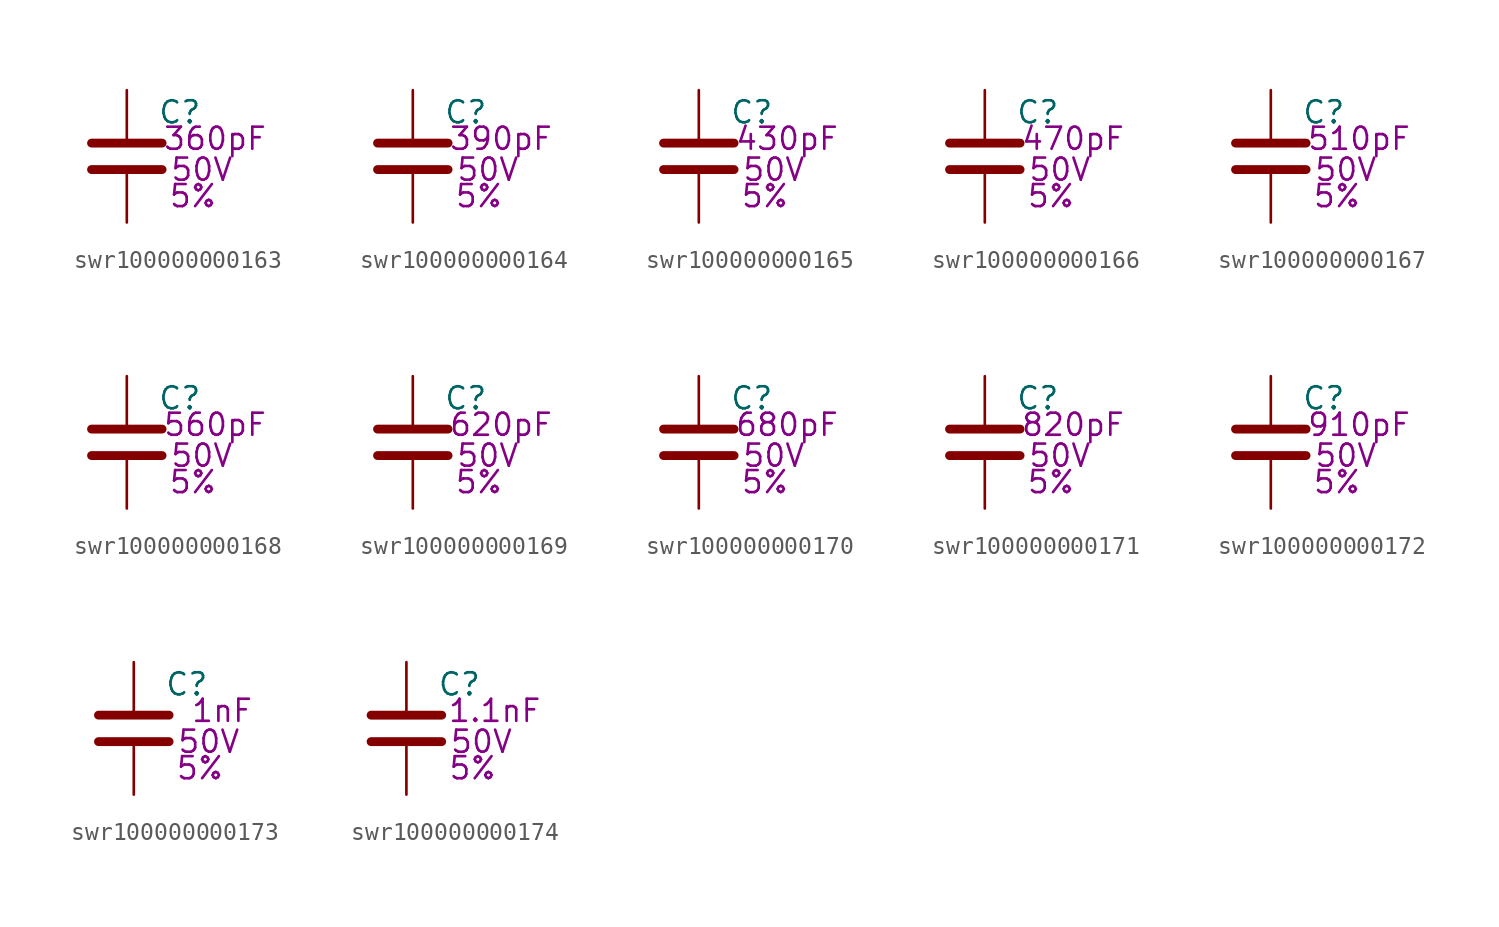
<source format=kicad_sym>
(kicad_symbol_lib
  (version 20220914)
  (generator kicad_symbol_editor)
  (symbol "swr100000000163"
    (pin_numbers hide)
    (pin_names
      (offset 1.016))
    (property "Reference" "C"
      (at 3.048 2.54 0)
      (effects (font (size 1.27 1.27))))
    (property "PartValue" "360pF"
      (at 5.08 1.016 0)
      (effects (font (size 1.27 1.27))))
    (property "Voltage" "50V"
      (at 4.318 -0.762 0)
      (effects (font (size 1.27 1.27))))
    (property "Tolerance" "5%"
      (at 3.81 -2.286 0)
      (effects (font (size 1.27 1.27))))
    (symbol "swr100000000163_1_1"
      (polyline (pts (xy -2.032 -0.762) (xy 2.032 -0.762)) (stroke (width 0.508) (type default)) (fill (type none)))
      (polyline (pts (xy -2.032 0.762) (xy 2.032 0.762)) (stroke (width 0.508) (type default)) (fill (type none)))
      (pin passive line (at 0 3.81 270) (length 2.794) (name "~" (effects (font (size 1.27 1.27)))) (number "1" (effects (font (size 1.27 1.27)))))
      (pin passive line (at 0 -3.81 90) (length 2.794) (name "~" (effects (font (size 1.27 1.27)))) (number "2" (effects (font (size 1.27 1.27)))))))
  (symbol "swr100000000164"
    (pin_numbers hide)
    (pin_names
      (offset 1.016))
    (property "Reference" "C"
      (at 3.048 2.54 0)
      (effects (font (size 1.27 1.27))))
    (property "PartValue" "390pF"
      (at 5.08 1.016 0)
      (effects (font (size 1.27 1.27))))
    (property "Voltage" "50V"
      (at 4.318 -0.762 0)
      (effects (font (size 1.27 1.27))))
    (property "Tolerance" "5%"
      (at 3.81 -2.286 0)
      (effects (font (size 1.27 1.27))))
    (symbol "swr100000000164_1_1"
      (polyline (pts (xy -2.032 -0.762) (xy 2.032 -0.762)) (stroke (width 0.508) (type default)) (fill (type none)))
      (polyline (pts (xy -2.032 0.762) (xy 2.032 0.762)) (stroke (width 0.508) (type default)) (fill (type none)))
      (pin passive line (at 0 3.81 270) (length 2.794) (name "~" (effects (font (size 1.27 1.27)))) (number "1" (effects (font (size 1.27 1.27)))))
      (pin passive line (at 0 -3.81 90) (length 2.794) (name "~" (effects (font (size 1.27 1.27)))) (number "2" (effects (font (size 1.27 1.27)))))))
  (symbol "swr100000000165"
    (pin_numbers hide)
    (pin_names
      (offset 1.016))
    (property "Reference" "C"
      (at 3.048 2.54 0)
      (effects (font (size 1.27 1.27))))
    (property "PartValue" "430pF"
      (at 5.08 1.016 0)
      (effects (font (size 1.27 1.27))))
    (property "Voltage" "50V"
      (at 4.318 -0.762 0)
      (effects (font (size 1.27 1.27))))
    (property "Tolerance" "5%"
      (at 3.81 -2.286 0)
      (effects (font (size 1.27 1.27))))
    (symbol "swr100000000165_1_1"
      (polyline (pts (xy -2.032 -0.762) (xy 2.032 -0.762)) (stroke (width 0.508) (type default)) (fill (type none)))
      (polyline (pts (xy -2.032 0.762) (xy 2.032 0.762)) (stroke (width 0.508) (type default)) (fill (type none)))
      (pin passive line (at 0 3.81 270) (length 2.794) (name "~" (effects (font (size 1.27 1.27)))) (number "1" (effects (font (size 1.27 1.27)))))
      (pin passive line (at 0 -3.81 90) (length 2.794) (name "~" (effects (font (size 1.27 1.27)))) (number "2" (effects (font (size 1.27 1.27)))))))
  (symbol "swr100000000166"
    (pin_numbers hide)
    (pin_names
      (offset 1.016))
    (property "Reference" "C"
      (at 3.048 2.54 0)
      (effects (font (size 1.27 1.27))))
    (property "PartValue" "470pF"
      (at 5.08 1.016 0)
      (effects (font (size 1.27 1.27))))
    (property "Voltage" "50V"
      (at 4.318 -0.762 0)
      (effects (font (size 1.27 1.27))))
    (property "Tolerance" "5%"
      (at 3.81 -2.286 0)
      (effects (font (size 1.27 1.27))))
    (symbol "swr100000000166_1_1"
      (polyline (pts (xy -2.032 -0.762) (xy 2.032 -0.762)) (stroke (width 0.508) (type default)) (fill (type none)))
      (polyline (pts (xy -2.032 0.762) (xy 2.032 0.762)) (stroke (width 0.508) (type default)) (fill (type none)))
      (pin passive line (at 0 3.81 270) (length 2.794) (name "~" (effects (font (size 1.27 1.27)))) (number "1" (effects (font (size 1.27 1.27)))))
      (pin passive line (at 0 -3.81 90) (length 2.794) (name "~" (effects (font (size 1.27 1.27)))) (number "2" (effects (font (size 1.27 1.27)))))))
  (symbol "swr100000000167"
    (pin_numbers hide)
    (pin_names
      (offset 1.016))
    (property "Reference" "C"
      (at 3.048 2.54 0)
      (effects (font (size 1.27 1.27))))
    (property "PartValue" "510pF"
      (at 5.08 1.016 0)
      (effects (font (size 1.27 1.27))))
    (property "Voltage" "50V"
      (at 4.318 -0.762 0)
      (effects (font (size 1.27 1.27))))
    (property "Tolerance" "5%"
      (at 3.81 -2.286 0)
      (effects (font (size 1.27 1.27))))
    (symbol "swr100000000167_1_1"
      (polyline (pts (xy -2.032 -0.762) (xy 2.032 -0.762)) (stroke (width 0.508) (type default)) (fill (type none)))
      (polyline (pts (xy -2.032 0.762) (xy 2.032 0.762)) (stroke (width 0.508) (type default)) (fill (type none)))
      (pin passive line (at 0 3.81 270) (length 2.794) (name "~" (effects (font (size 1.27 1.27)))) (number "1" (effects (font (size 1.27 1.27)))))
      (pin passive line (at 0 -3.81 90) (length 2.794) (name "~" (effects (font (size 1.27 1.27)))) (number "2" (effects (font (size 1.27 1.27)))))))
  (symbol "swr100000000168"
    (pin_numbers hide)
    (pin_names
      (offset 1.016))
    (property "Reference" "C"
      (at 3.048 2.54 0)
      (effects (font (size 1.27 1.27))))
    (property "PartValue" "560pF"
      (at 5.08 1.016 0)
      (effects (font (size 1.27 1.27))))
    (property "Voltage" "50V"
      (at 4.318 -0.762 0)
      (effects (font (size 1.27 1.27))))
    (property "Tolerance" "5%"
      (at 3.81 -2.286 0)
      (effects (font (size 1.27 1.27))))
    (symbol "swr100000000168_1_1"
      (polyline (pts (xy -2.032 -0.762) (xy 2.032 -0.762)) (stroke (width 0.508) (type default)) (fill (type none)))
      (polyline (pts (xy -2.032 0.762) (xy 2.032 0.762)) (stroke (width 0.508) (type default)) (fill (type none)))
      (pin passive line (at 0 3.81 270) (length 2.794) (name "~" (effects (font (size 1.27 1.27)))) (number "1" (effects (font (size 1.27 1.27)))))
      (pin passive line (at 0 -3.81 90) (length 2.794) (name "~" (effects (font (size 1.27 1.27)))) (number "2" (effects (font (size 1.27 1.27)))))))
  (symbol "swr100000000169"
    (pin_numbers hide)
    (pin_names
      (offset 1.016))
    (property "Reference" "C"
      (at 3.048 2.54 0)
      (effects (font (size 1.27 1.27))))
    (property "PartValue" "620pF"
      (at 5.08 1.016 0)
      (effects (font (size 1.27 1.27))))
    (property "Voltage" "50V"
      (at 4.318 -0.762 0)
      (effects (font (size 1.27 1.27))))
    (property "Tolerance" "5%"
      (at 3.81 -2.286 0)
      (effects (font (size 1.27 1.27))))
    (symbol "swr100000000169_1_1"
      (polyline (pts (xy -2.032 -0.762) (xy 2.032 -0.762)) (stroke (width 0.508) (type default)) (fill (type none)))
      (polyline (pts (xy -2.032 0.762) (xy 2.032 0.762)) (stroke (width 0.508) (type default)) (fill (type none)))
      (pin passive line (at 0 3.81 270) (length 2.794) (name "~" (effects (font (size 1.27 1.27)))) (number "1" (effects (font (size 1.27 1.27)))))
      (pin passive line (at 0 -3.81 90) (length 2.794) (name "~" (effects (font (size 1.27 1.27)))) (number "2" (effects (font (size 1.27 1.27)))))))
  (symbol "swr100000000170"
    (pin_numbers hide)
    (pin_names
      (offset 1.016))
    (property "Reference" "C"
      (at 3.048 2.54 0)
      (effects (font (size 1.27 1.27))))
    (property "PartValue" "680pF"
      (at 5.08 1.016 0)
      (effects (font (size 1.27 1.27))))
    (property "Voltage" "50V"
      (at 4.318 -0.762 0)
      (effects (font (size 1.27 1.27))))
    (property "Tolerance" "5%"
      (at 3.81 -2.286 0)
      (effects (font (size 1.27 1.27))))
    (symbol "swr100000000170_1_1"
      (polyline (pts (xy -2.032 -0.762) (xy 2.032 -0.762)) (stroke (width 0.508) (type default)) (fill (type none)))
      (polyline (pts (xy -2.032 0.762) (xy 2.032 0.762)) (stroke (width 0.508) (type default)) (fill (type none)))
      (pin passive line (at 0 3.81 270) (length 2.794) (name "~" (effects (font (size 1.27 1.27)))) (number "1" (effects (font (size 1.27 1.27)))))
      (pin passive line (at 0 -3.81 90) (length 2.794) (name "~" (effects (font (size 1.27 1.27)))) (number "2" (effects (font (size 1.27 1.27)))))))
  (symbol "swr100000000171"
    (pin_numbers hide)
    (pin_names
      (offset 1.016))
    (property "Reference" "C"
      (at 3.048 2.54 0)
      (effects (font (size 1.27 1.27))))
    (property "PartValue" "820pF"
      (at 5.08 1.016 0)
      (effects (font (size 1.27 1.27))))
    (property "Voltage" "50V"
      (at 4.318 -0.762 0)
      (effects (font (size 1.27 1.27))))
    (property "Tolerance" "5%"
      (at 3.81 -2.286 0)
      (effects (font (size 1.27 1.27))))
    (symbol "swr100000000171_1_1"
      (polyline (pts (xy -2.032 -0.762) (xy 2.032 -0.762)) (stroke (width 0.508) (type default)) (fill (type none)))
      (polyline (pts (xy -2.032 0.762) (xy 2.032 0.762)) (stroke (width 0.508) (type default)) (fill (type none)))
      (pin passive line (at 0 3.81 270) (length 2.794) (name "~" (effects (font (size 1.27 1.27)))) (number "1" (effects (font (size 1.27 1.27)))))
      (pin passive line (at 0 -3.81 90) (length 2.794) (name "~" (effects (font (size 1.27 1.27)))) (number "2" (effects (font (size 1.27 1.27)))))))
  (symbol "swr100000000172"
    (pin_numbers hide)
    (pin_names
      (offset 1.016))
    (property "Reference" "C"
      (at 3.048 2.54 0)
      (effects (font (size 1.27 1.27))))
    (property "PartValue" "910pF"
      (at 5.08 1.016 0)
      (effects (font (size 1.27 1.27))))
    (property "Voltage" "50V"
      (at 4.318 -0.762 0)
      (effects (font (size 1.27 1.27))))
    (property "Tolerance" "5%"
      (at 3.81 -2.286 0)
      (effects (font (size 1.27 1.27))))
    (symbol "swr100000000172_1_1"
      (polyline (pts (xy -2.032 -0.762) (xy 2.032 -0.762)) (stroke (width 0.508) (type default)) (fill (type none)))
      (polyline (pts (xy -2.032 0.762) (xy 2.032 0.762)) (stroke (width 0.508) (type default)) (fill (type none)))
      (pin passive line (at 0 3.81 270) (length 2.794) (name "~" (effects (font (size 1.27 1.27)))) (number "1" (effects (font (size 1.27 1.27)))))
      (pin passive line (at 0 -3.81 90) (length 2.794) (name "~" (effects (font (size 1.27 1.27)))) (number "2" (effects (font (size 1.27 1.27)))))))
  (symbol "swr100000000173"
    (pin_numbers hide)
    (pin_names
      (offset 1.016))
    (property "Reference" "C"
      (at 3.048 2.54 0)
      (effects (font (size 1.27 1.27))))
    (property "PartValue" "1nF"
      (at 5.08 1.016 0)
      (effects (font (size 1.27 1.27))))
    (property "Voltage" "50V"
      (at 4.318 -0.762 0)
      (effects (font (size 1.27 1.27))))
    (property "Tolerance" "5%"
      (at 3.81 -2.286 0)
      (effects (font (size 1.27 1.27))))
    (symbol "swr100000000173_1_1"
      (polyline (pts (xy -2.032 -0.762) (xy 2.032 -0.762)) (stroke (width 0.508) (type default)) (fill (type none)))
      (polyline (pts (xy -2.032 0.762) (xy 2.032 0.762)) (stroke (width 0.508) (type default)) (fill (type none)))
      (pin passive line (at 0 3.81 270) (length 2.794) (name "~" (effects (font (size 1.27 1.27)))) (number "1" (effects (font (size 1.27 1.27)))))
      (pin passive line (at 0 -3.81 90) (length 2.794) (name "~" (effects (font (size 1.27 1.27)))) (number "2" (effects (font (size 1.27 1.27)))))))
  (symbol "swr100000000174"
    (pin_numbers hide)
    (pin_names
      (offset 1.016))
    (property "Reference" "C"
      (at 3.048 2.54 0)
      (effects (font (size 1.27 1.27))))
    (property "PartValue" "1.1nF"
      (at 5.08 1.016 0)
      (effects (font (size 1.27 1.27))))
    (property "Voltage" "50V"
      (at 4.318 -0.762 0)
      (effects (font (size 1.27 1.27))))
    (property "Tolerance" "5%"
      (at 3.81 -2.286 0)
      (effects (font (size 1.27 1.27))))
    (symbol "swr100000000174_1_1"
      (polyline (pts (xy -2.032 -0.762) (xy 2.032 -0.762)) (stroke (width 0.508) (type default)) (fill (type none)))
      (polyline (pts (xy -2.032 0.762) (xy 2.032 0.762)) (stroke (width 0.508) (type default)) (fill (type none)))
      (pin passive line (at 0 3.81 270) (length 2.794) (name "~" (effects (font (size 1.27 1.27)))) (number "1" (effects (font (size 1.27 1.27)))))
      (pin passive line (at 0 -3.81 90) (length 2.794) (name "~" (effects (font (size 1.27 1.27)))) (number "2" (effects (font (size 1.27 1.27))))))))
</source>
